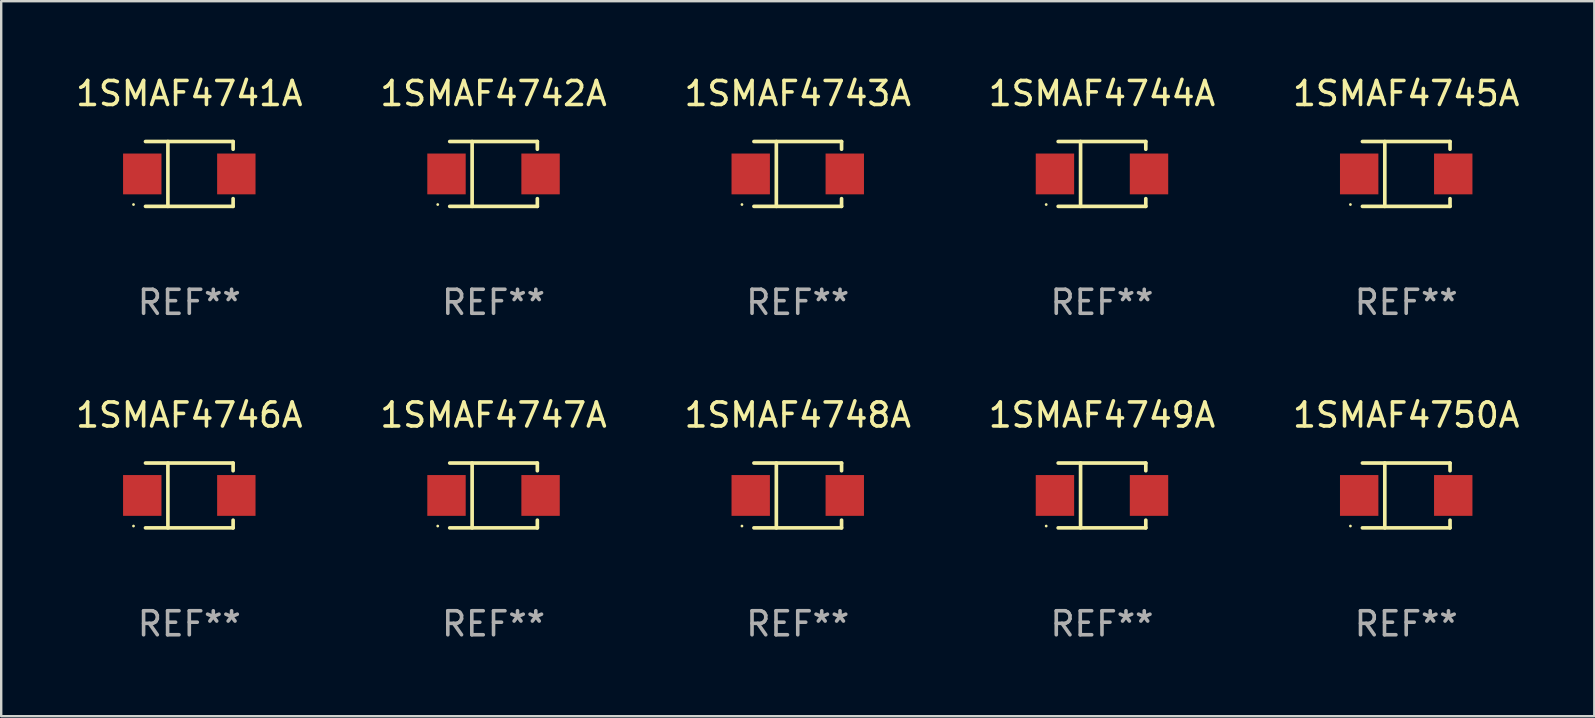
<source format=kicad_pcb>
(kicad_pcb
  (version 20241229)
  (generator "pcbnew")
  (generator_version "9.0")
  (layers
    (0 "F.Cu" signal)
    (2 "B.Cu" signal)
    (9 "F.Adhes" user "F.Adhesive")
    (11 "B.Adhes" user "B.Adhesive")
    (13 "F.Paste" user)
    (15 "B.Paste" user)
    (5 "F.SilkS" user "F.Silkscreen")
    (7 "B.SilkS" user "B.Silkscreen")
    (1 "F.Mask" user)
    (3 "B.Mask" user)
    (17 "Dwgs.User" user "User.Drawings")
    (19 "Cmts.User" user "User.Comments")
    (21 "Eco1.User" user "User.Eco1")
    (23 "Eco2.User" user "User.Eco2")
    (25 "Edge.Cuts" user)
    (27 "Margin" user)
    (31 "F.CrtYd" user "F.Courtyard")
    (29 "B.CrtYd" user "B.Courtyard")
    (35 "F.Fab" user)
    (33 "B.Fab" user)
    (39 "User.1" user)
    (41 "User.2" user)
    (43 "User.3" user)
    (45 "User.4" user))
  (footprint "1SMAF4742A"
    (layer "F.Cu")
    (at 17.518 4.199)
    (property "Reference" "1SMAF4742A" (at 0 -3.351 0) (layer "F.SilkS") (effects (font (size 1 1) (thickness 0.15))))
    (attr through_hole)
    (fp_line (start -1.826 -1.351) (end 1.826 -1.351) (stroke (width 0.152) (type solid)) (layer "F.SilkS"))
    (fp_line (start -1.826 1.351) (end 1.826 1.351) (stroke (width 0.152) (type solid)) (layer "F.SilkS"))
    (fp_line (start -0.892 -1.351) (end -0.892 1.351) (stroke (width 0.152) (type solid)) (layer "F.SilkS"))
    (fp_line (start 1.826 -1.351) (end 1.826 -1.03) (stroke (width 0.152) (type solid)) (layer "F.SilkS"))
    (fp_line (start 1.826 1.03) (end 1.826 1.351) (stroke (width 0.152) (type solid)) (layer "F.SilkS"))
    (fp_circle (center -2.325 1.275) (end -2.295 1.275) (stroke (width 0.06) (type solid)) (fill no) (layer "F.SilkS"))
    (fp_text user "REF**" (at 0 5.351 0) (layer "F.Fab") (effects (font (size 1 1) (thickness 0.15))))
    (pad "1" smd rect (at -1.96 0 180) (size 1.6 1.7) (layers "F.Cu" "F.Mask" "F.Paste"))
    (pad "2" smd rect (at 1.96 0 180) (size 1.6 1.7) (layers "F.Cu" "F.Mask" "F.Paste")))
  (footprint "1SMAF4747A"
    (layer "F.Cu")
    (at 17.518 17.598)
    (property "Reference" "1SMAF4747A" (at 0 -3.351 0) (layer "F.SilkS") (effects (font (size 1 1) (thickness 0.15))))
    (attr through_hole)
    (fp_line (start -1.826 -1.351) (end 1.826 -1.351) (stroke (width 0.152) (type solid)) (layer "F.SilkS"))
    (fp_line (start -1.826 1.351) (end 1.826 1.351) (stroke (width 0.152) (type solid)) (layer "F.SilkS"))
    (fp_line (start -0.892 -1.351) (end -0.892 1.351) (stroke (width 0.152) (type solid)) (layer "F.SilkS"))
    (fp_line (start 1.826 -1.351) (end 1.826 -1.03) (stroke (width 0.152) (type solid)) (layer "F.SilkS"))
    (fp_line (start 1.826 1.03) (end 1.826 1.351) (stroke (width 0.152) (type solid)) (layer "F.SilkS"))
    (fp_circle (center -2.325 1.275) (end -2.295 1.275) (stroke (width 0.06) (type solid)) (fill no) (layer "F.SilkS"))
    (fp_text user "REF**" (at 0 5.351 0) (layer "F.Fab") (effects (font (size 1 1) (thickness 0.15))))
    (pad "1" smd rect (at -1.96 0 180) (size 1.6 1.7) (layers "F.Cu" "F.Mask" "F.Paste"))
    (pad "2" smd rect (at 1.96 0 180) (size 1.6 1.7) (layers "F.Cu" "F.Mask" "F.Paste")))
  (footprint "1SMAF4741A"
    (layer "F.Cu")
    (at 4.839 4.199)
    (property "Reference" "1SMAF4741A" (at 0 -3.351 0) (layer "F.SilkS") (effects (font (size 1 1) (thickness 0.15))))
    (attr through_hole)
    (fp_line (start -1.826 -1.351) (end 1.826 -1.351) (stroke (width 0.152) (type solid)) (layer "F.SilkS"))
    (fp_line (start -1.826 1.351) (end 1.826 1.351) (stroke (width 0.152) (type solid)) (layer "F.SilkS"))
    (fp_line (start -0.892 -1.351) (end -0.892 1.351) (stroke (width 0.152) (type solid)) (layer "F.SilkS"))
    (fp_line (start 1.826 -1.351) (end 1.826 -1.03) (stroke (width 0.152) (type solid)) (layer "F.SilkS"))
    (fp_line (start 1.826 1.03) (end 1.826 1.351) (stroke (width 0.152) (type solid)) (layer "F.SilkS"))
    (fp_circle (center -2.325 1.275) (end -2.295 1.275) (stroke (width 0.06) (type solid)) (fill no) (layer "F.SilkS"))
    (fp_text user "REF**" (at 0 5.351 0) (layer "F.Fab") (effects (font (size 1 1) (thickness 0.15))))
    (pad "1" smd rect (at -1.96 0 180) (size 1.6 1.7) (layers "F.Cu" "F.Mask" "F.Paste"))
    (pad "2" smd rect (at 1.96 0 180) (size 1.6 1.7) (layers "F.Cu" "F.Mask" "F.Paste")))
  (footprint "1SMAF4743A"
    (layer "F.Cu")
    (at 30.196 4.199)
    (property "Reference" "1SMAF4743A" (at 0 -3.351 0) (layer "F.SilkS") (effects (font (size 1 1) (thickness 0.15))))
    (attr through_hole)
    (fp_line (start -1.826 -1.351) (end 1.826 -1.351) (stroke (width 0.152) (type solid)) (layer "F.SilkS"))
    (fp_line (start -1.826 1.351) (end 1.826 1.351) (stroke (width 0.152) (type solid)) (layer "F.SilkS"))
    (fp_line (start -0.892 -1.351) (end -0.892 1.351) (stroke (width 0.152) (type solid)) (layer "F.SilkS"))
    (fp_line (start 1.826 -1.351) (end 1.826 -1.03) (stroke (width 0.152) (type solid)) (layer "F.SilkS"))
    (fp_line (start 1.826 1.03) (end 1.826 1.351) (stroke (width 0.152) (type solid)) (layer "F.SilkS"))
    (fp_circle (center -2.325 1.275) (end -2.295 1.275) (stroke (width 0.06) (type solid)) (fill no) (layer "F.SilkS"))
    (fp_text user "REF**" (at 0 5.351 0) (layer "F.Fab") (effects (font (size 1 1) (thickness 0.15))))
    (pad "1" smd rect (at -1.96 0 180) (size 1.6 1.7) (layers "F.Cu" "F.Mask" "F.Paste"))
    (pad "2" smd rect (at 1.96 0 180) (size 1.6 1.7) (layers "F.Cu" "F.Mask" "F.Paste")))
  (footprint "1SMAF4746A"
    (layer "F.Cu")
    (at 4.839 17.598)
    (property "Reference" "1SMAF4746A" (at 0 -3.351 0) (layer "F.SilkS") (effects (font (size 1 1) (thickness 0.15))))
    (attr through_hole)
    (fp_line (start -1.826 -1.351) (end 1.826 -1.351) (stroke (width 0.152) (type solid)) (layer "F.SilkS"))
    (fp_line (start -1.826 1.351) (end 1.826 1.351) (stroke (width 0.152) (type solid)) (layer "F.SilkS"))
    (fp_line (start -0.892 -1.351) (end -0.892 1.351) (stroke (width 0.152) (type solid)) (layer "F.SilkS"))
    (fp_line (start 1.826 -1.351) (end 1.826 -1.03) (stroke (width 0.152) (type solid)) (layer "F.SilkS"))
    (fp_line (start 1.826 1.03) (end 1.826 1.351) (stroke (width 0.152) (type solid)) (layer "F.SilkS"))
    (fp_circle (center -2.325 1.275) (end -2.295 1.275) (stroke (width 0.06) (type solid)) (fill no) (layer "F.SilkS"))
    (fp_text user "REF**" (at 0 5.351 0) (layer "F.Fab") (effects (font (size 1 1) (thickness 0.15))))
    (pad "1" smd rect (at -1.96 0 180) (size 1.6 1.7) (layers "F.Cu" "F.Mask" "F.Paste"))
    (pad "2" smd rect (at 1.96 0 180) (size 1.6 1.7) (layers "F.Cu" "F.Mask" "F.Paste")))
  (footprint "1SMAF4749A"
    (layer "F.Cu")
    (at 42.875 17.598)
    (property "Reference" "1SMAF4749A" (at 0 -3.351 0) (layer "F.SilkS") (effects (font (size 1 1) (thickness 0.15))))
    (attr through_hole)
    (fp_line (start -1.826 -1.351) (end 1.826 -1.351) (stroke (width 0.152) (type solid)) (layer "F.SilkS"))
    (fp_line (start -1.826 1.351) (end 1.826 1.351) (stroke (width 0.152) (type solid)) (layer "F.SilkS"))
    (fp_line (start -0.892 -1.351) (end -0.892 1.351) (stroke (width 0.152) (type solid)) (layer "F.SilkS"))
    (fp_line (start 1.826 -1.351) (end 1.826 -1.03) (stroke (width 0.152) (type solid)) (layer "F.SilkS"))
    (fp_line (start 1.826 1.03) (end 1.826 1.351) (stroke (width 0.152) (type solid)) (layer "F.SilkS"))
    (fp_circle (center -2.325 1.275) (end -2.295 1.275) (stroke (width 0.06) (type solid)) (fill no) (layer "F.SilkS"))
    (fp_text user "REF**" (at 0 5.351 0) (layer "F.Fab") (effects (font (size 1 1) (thickness 0.15))))
    (pad "1" smd rect (at -1.96 0 180) (size 1.6 1.7) (layers "F.Cu" "F.Mask" "F.Paste"))
    (pad "2" smd rect (at 1.96 0 180) (size 1.6 1.7) (layers "F.Cu" "F.Mask" "F.Paste")))
  (footprint "1SMAF4744A"
    (layer "F.Cu")
    (at 42.875 4.199)
    (property "Reference" "1SMAF4744A" (at 0 -3.351 0) (layer "F.SilkS") (effects (font (size 1 1) (thickness 0.15))))
    (attr through_hole)
    (fp_line (start -1.826 -1.351) (end 1.826 -1.351) (stroke (width 0.152) (type solid)) (layer "F.SilkS"))
    (fp_line (start -1.826 1.351) (end 1.826 1.351) (stroke (width 0.152) (type solid)) (layer "F.SilkS"))
    (fp_line (start -0.892 -1.351) (end -0.892 1.351) (stroke (width 0.152) (type solid)) (layer "F.SilkS"))
    (fp_line (start 1.826 -1.351) (end 1.826 -1.03) (stroke (width 0.152) (type solid)) (layer "F.SilkS"))
    (fp_line (start 1.826 1.03) (end 1.826 1.351) (stroke (width 0.152) (type solid)) (layer "F.SilkS"))
    (fp_circle (center -2.325 1.275) (end -2.295 1.275) (stroke (width 0.06) (type solid)) (fill no) (layer "F.SilkS"))
    (fp_text user "REF**" (at 0 5.351 0) (layer "F.Fab") (effects (font (size 1 1) (thickness 0.15))))
    (pad "1" smd rect (at -1.96 0 180) (size 1.6 1.7) (layers "F.Cu" "F.Mask" "F.Paste"))
    (pad "2" smd rect (at 1.96 0 180) (size 1.6 1.7) (layers "F.Cu" "F.Mask" "F.Paste")))
  (footprint "1SMAF4748A"
    (layer "F.Cu")
    (at 30.196 17.598)
    (property "Reference" "1SMAF4748A" (at 0 -3.351 0) (layer "F.SilkS") (effects (font (size 1 1) (thickness 0.15))))
    (attr through_hole)
    (fp_line (start -1.826 -1.351) (end 1.826 -1.351) (stroke (width 0.152) (type solid)) (layer "F.SilkS"))
    (fp_line (start -1.826 1.351) (end 1.826 1.351) (stroke (width 0.152) (type solid)) (layer "F.SilkS"))
    (fp_line (start -0.892 -1.351) (end -0.892 1.351) (stroke (width 0.152) (type solid)) (layer "F.SilkS"))
    (fp_line (start 1.826 -1.351) (end 1.826 -1.03) (stroke (width 0.152) (type solid)) (layer "F.SilkS"))
    (fp_line (start 1.826 1.03) (end 1.826 1.351) (stroke (width 0.152) (type solid)) (layer "F.SilkS"))
    (fp_circle (center -2.325 1.275) (end -2.295 1.275) (stroke (width 0.06) (type solid)) (fill no) (layer "F.SilkS"))
    (fp_text user "REF**" (at 0 5.351 0) (layer "F.Fab") (effects (font (size 1 1) (thickness 0.15))))
    (pad "1" smd rect (at -1.96 0 180) (size 1.6 1.7) (layers "F.Cu" "F.Mask" "F.Paste"))
    (pad "2" smd rect (at 1.96 0 180) (size 1.6 1.7) (layers "F.Cu" "F.Mask" "F.Paste")))
  (footprint "1SMAF4745A"
    (layer "F.Cu")
    (at 55.554 4.199)
    (property "Reference" "1SMAF4745A" (at 0 -3.351 0) (layer "F.SilkS") (effects (font (size 1 1) (thickness 0.15))))
    (attr through_hole)
    (fp_line (start -1.826 -1.351) (end 1.826 -1.351) (stroke (width 0.152) (type solid)) (layer "F.SilkS"))
    (fp_line (start -1.826 1.351) (end 1.826 1.351) (stroke (width 0.152) (type solid)) (layer "F.SilkS"))
    (fp_line (start -0.892 -1.351) (end -0.892 1.351) (stroke (width 0.152) (type solid)) (layer "F.SilkS"))
    (fp_line (start 1.826 -1.351) (end 1.826 -1.03) (stroke (width 0.152) (type solid)) (layer "F.SilkS"))
    (fp_line (start 1.826 1.03) (end 1.826 1.351) (stroke (width 0.152) (type solid)) (layer "F.SilkS"))
    (fp_circle (center -2.325 1.275) (end -2.295 1.275) (stroke (width 0.06) (type solid)) (fill no) (layer "F.SilkS"))
    (fp_text user "REF**" (at 0 5.351 0) (layer "F.Fab") (effects (font (size 1 1) (thickness 0.15))))
    (pad "1" smd rect (at -1.96 0 180) (size 1.6 1.7) (layers "F.Cu" "F.Mask" "F.Paste"))
    (pad "2" smd rect (at 1.96 0 180) (size 1.6 1.7) (layers "F.Cu" "F.Mask" "F.Paste")))
  (footprint "1SMAF4750A"
    (layer "F.Cu")
    (at 55.554 17.598)
    (property "Reference" "1SMAF4750A" (at 0 -3.351 0) (layer "F.SilkS") (effects (font (size 1 1) (thickness 0.15))))
    (attr through_hole)
    (fp_line (start -1.826 -1.351) (end 1.826 -1.351) (stroke (width 0.152) (type solid)) (layer "F.SilkS"))
    (fp_line (start -1.826 1.351) (end 1.826 1.351) (stroke (width 0.152) (type solid)) (layer "F.SilkS"))
    (fp_line (start -0.892 -1.351) (end -0.892 1.351) (stroke (width 0.152) (type solid)) (layer "F.SilkS"))
    (fp_line (start 1.826 -1.351) (end 1.826 -1.03) (stroke (width 0.152) (type solid)) (layer "F.SilkS"))
    (fp_line (start 1.826 1.03) (end 1.826 1.351) (stroke (width 0.152) (type solid)) (layer "F.SilkS"))
    (fp_circle (center -2.325 1.275) (end -2.295 1.275) (stroke (width 0.06) (type solid)) (fill no) (layer "F.SilkS"))
    (fp_text user "REF**" (at 0 5.351 0) (layer "F.Fab") (effects (font (size 1 1) (thickness 0.15))))
    (pad "1" smd rect (at -1.96 0 180) (size 1.6 1.7) (layers "F.Cu" "F.Mask" "F.Paste"))
    (pad "2" smd rect (at 1.96 0 180) (size 1.6 1.7) (layers "F.Cu" "F.Mask" "F.Paste")))
  (gr_rect
    (start -3 -3)
    (end 63.393 26.798)
    (stroke (width 0.1) (type default))
    (fill no)
    (layer "Edge.Cuts")))
</source>
